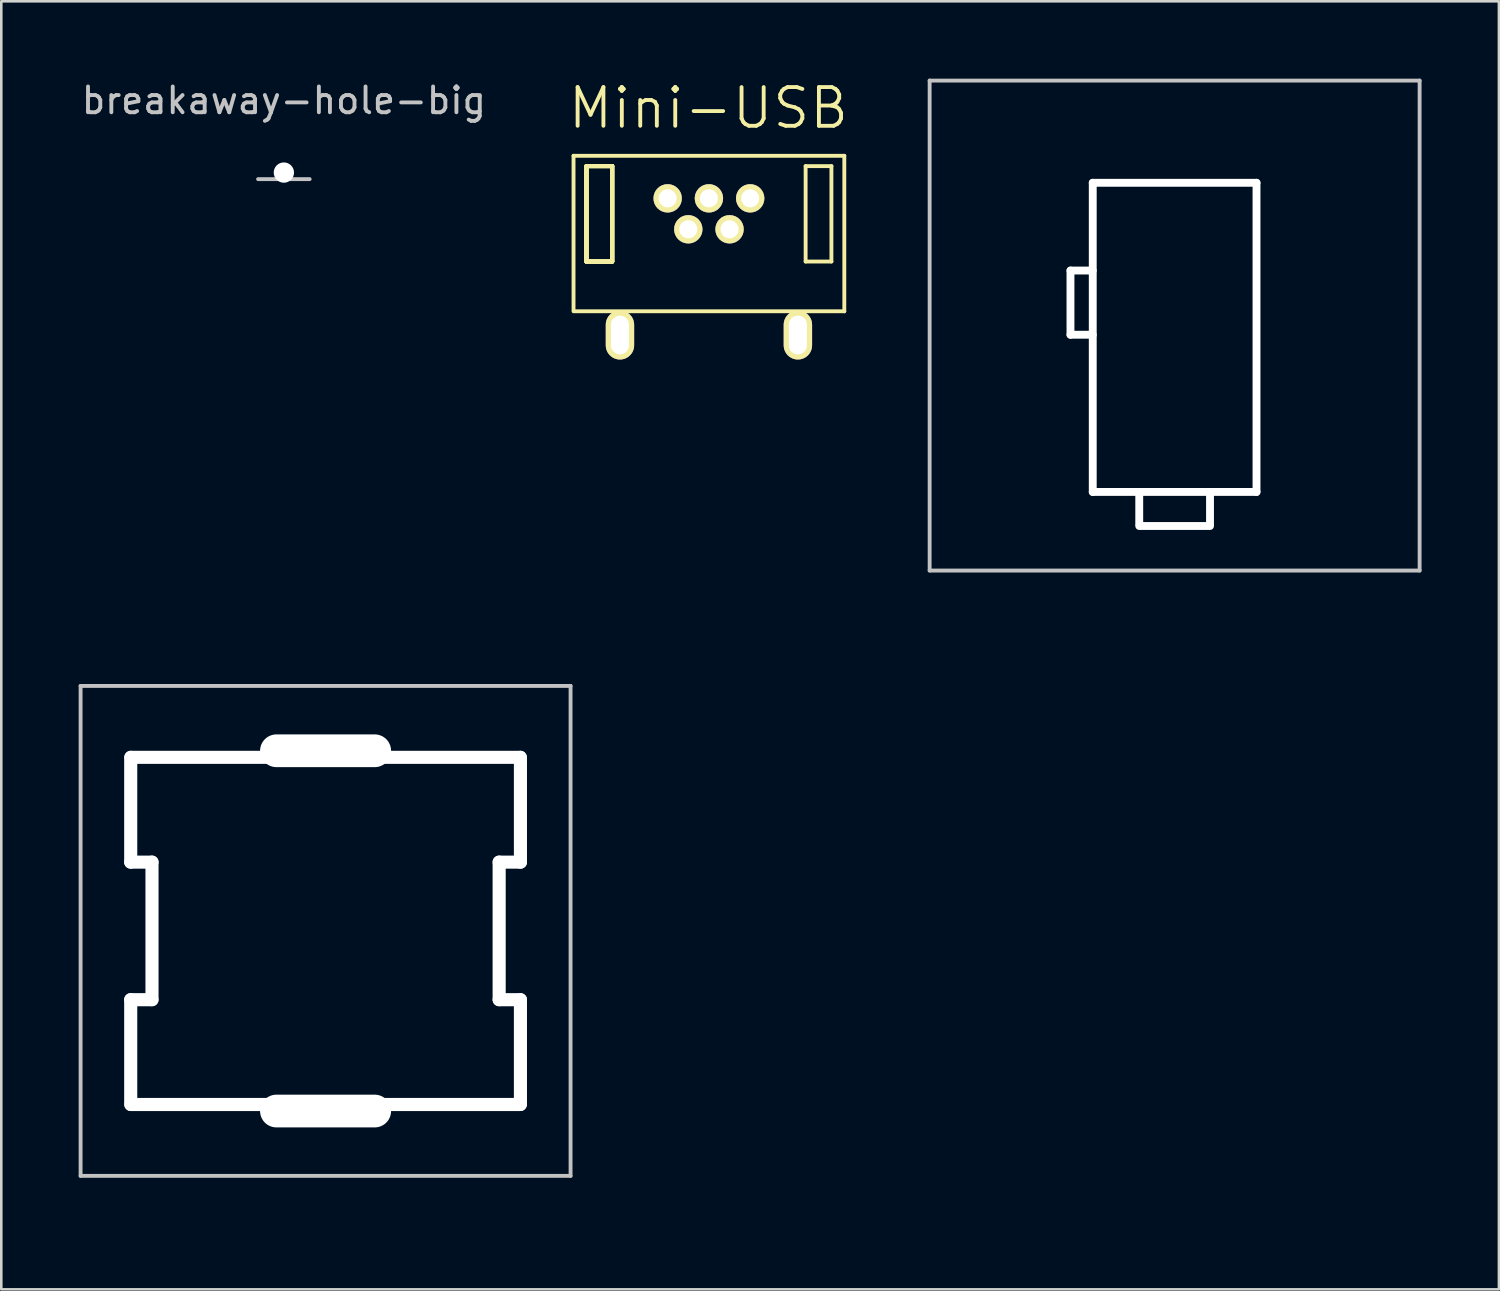
<source format=kicad_pcb>
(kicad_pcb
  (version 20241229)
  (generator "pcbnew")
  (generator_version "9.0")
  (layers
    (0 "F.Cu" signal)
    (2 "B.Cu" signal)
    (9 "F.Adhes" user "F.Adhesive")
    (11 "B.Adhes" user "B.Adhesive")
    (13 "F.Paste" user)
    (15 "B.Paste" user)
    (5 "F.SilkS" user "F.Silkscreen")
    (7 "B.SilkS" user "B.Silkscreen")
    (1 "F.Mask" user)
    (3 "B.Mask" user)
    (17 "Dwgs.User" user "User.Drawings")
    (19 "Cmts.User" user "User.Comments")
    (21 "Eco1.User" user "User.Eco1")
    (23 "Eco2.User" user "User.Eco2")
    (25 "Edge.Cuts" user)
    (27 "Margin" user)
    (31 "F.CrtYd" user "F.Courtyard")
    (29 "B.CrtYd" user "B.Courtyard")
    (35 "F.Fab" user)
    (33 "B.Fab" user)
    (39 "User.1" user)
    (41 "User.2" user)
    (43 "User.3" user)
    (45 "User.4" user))
  (footprint "breakaway-hole-big"
    (layer "F.Cu")
    (at 7.958 3.896)
    (property "Reference" "breakaway-hole-big" (at 0 -3.048 0) (layer "Dwgs.User") (effects (font (size 1 1) (thickness 0.15))))
    (attr through_hole)
    (fp_line (start -1 0) (end 1 0) (stroke (width 0.15) (type solid)) (layer "Dwgs.User"))
    (pad "" np_thru_hole circle (at 0 -0.254) (size 0.787 0.787) (drill 0.787) (layers "*.Cu" "*.Mask")))
  (footprint "Mini-USB"
    (layer "F.Cu")
    (at 24.44 5.241)
    (property "Reference" "Mini-USB" (at -0.02 -4.1 0) (layer "F.SilkS") (effects (font (size 1.5 1.5) (thickness 0.15))))
    (attr through_hole)
    (fp_line (start -5.25 -2.25) (end -5.25 3.73) (stroke (width 0.15) (type solid)) (layer "F.SilkS"))
    (fp_line (start -5.25 3.78) (end 5.25 3.78) (stroke (width 0.15) (type solid)) (layer "F.SilkS"))
    (fp_line (start -4.75 -1.85) (end -4.75 1.85) (stroke (width 0.15) (type solid)) (layer "F.SilkS"))
    (fp_line (start -4.75 -1.85) (end -4.75 1.85) (stroke (width 0.15) (type solid)) (layer "F.SilkS"))
    (fp_line (start -4.75 -1.85) (end -4.75 1.85) (stroke (width 0.15) (type solid)) (layer "F.SilkS"))
    (fp_line (start -4.75 -1.85) (end -4.75 1.85) (stroke (width 0.15) (type solid)) (layer "F.SilkS"))
    (fp_line (start -4.75 -1.85) (end -4.75 1.85) (stroke (width 0.15) (type solid)) (layer "F.SilkS"))
    (fp_line (start -4.75 -1.85) (end -4.75 1.85) (stroke (width 0.15) (type solid)) (layer "F.SilkS"))
    (fp_line (start -4.75 -1.85) (end -4.75 1.85) (stroke (width 0.15) (type solid)) (layer "F.SilkS"))
    (fp_line (start -4.75 -1.85) (end -4.75 1.85) (stroke (width 0.15) (type solid)) (layer "F.SilkS"))
    (fp_line (start -4.75 -1.85) (end -3.75 -1.85) (stroke (width 0.15) (type solid)) (layer "F.SilkS"))
    (fp_line (start -4.75 -1.85) (end -3.75 -1.85) (stroke (width 0.15) (type solid)) (layer "F.SilkS"))
    (fp_line (start -4.75 -1.85) (end -3.75 -1.85) (stroke (width 0.15) (type solid)) (layer "F.SilkS"))
    (fp_line (start -4.75 -1.85) (end -3.75 -1.85) (stroke (width 0.15) (type solid)) (layer "F.SilkS"))
    (fp_line (start -4.75 -1.85) (end -3.75 -1.85) (stroke (width 0.15) (type solid)) (layer "F.SilkS"))
    (fp_line (start -4.75 -1.85) (end -3.75 -1.85) (stroke (width 0.15) (type solid)) (layer "F.SilkS"))
    (fp_line (start -4.75 -1.85) (end -3.75 -1.85) (stroke (width 0.15) (type solid)) (layer "F.SilkS"))
    (fp_line (start -4.75 -1.85) (end -3.75 -1.85) (stroke (width 0.15) (type solid)) (layer "F.SilkS"))
    (fp_line (start -4.75 1.85) (end -3.75 1.85) (stroke (width 0.15) (type solid)) (layer "F.SilkS"))
    (fp_line (start -4.75 1.85) (end -3.75 1.85) (stroke (width 0.15) (type solid)) (layer "F.SilkS"))
    (fp_line (start -4.75 1.85) (end -3.75 1.85) (stroke (width 0.15) (type solid)) (layer "F.SilkS"))
    (fp_line (start -4.75 1.85) (end -3.75 1.85) (stroke (width 0.15) (type solid)) (layer "F.SilkS"))
    (fp_line (start -4.75 1.85) (end -3.75 1.85) (stroke (width 0.15) (type solid)) (layer "F.SilkS"))
    (fp_line (start -4.75 1.85) (end -3.75 1.85) (stroke (width 0.15) (type solid)) (layer "F.SilkS"))
    (fp_line (start -4.75 1.85) (end -3.75 1.85) (stroke (width 0.15) (type solid)) (layer "F.SilkS"))
    (fp_line (start -4.75 1.85) (end -3.75 1.85) (stroke (width 0.15) (type solid)) (layer "F.SilkS"))
    (fp_line (start -3.75 -1.85) (end -3.75 1.85) (stroke (width 0.15) (type solid)) (layer "F.SilkS"))
    (fp_line (start -3.75 -1.85) (end -3.75 1.85) (stroke (width 0.15) (type solid)) (layer "F.SilkS"))
    (fp_line (start -3.75 -1.85) (end -3.75 1.85) (stroke (width 0.15) (type solid)) (layer "F.SilkS"))
    (fp_line (start -3.75 -1.85) (end -3.75 1.85) (stroke (width 0.15) (type solid)) (layer "F.SilkS"))
    (fp_line (start -3.75 -1.85) (end -3.75 1.85) (stroke (width 0.15) (type solid)) (layer "F.SilkS"))
    (fp_line (start -3.75 -1.85) (end -3.75 1.85) (stroke (width 0.15) (type solid)) (layer "F.SilkS"))
    (fp_line (start -3.75 -1.85) (end -3.75 1.85) (stroke (width 0.15) (type solid)) (layer "F.SilkS"))
    (fp_line (start -3.75 -1.85) (end -3.75 1.85) (stroke (width 0.15) (type solid)) (layer "F.SilkS"))
    (fp_line (start 3.75 -1.85) (end 3.75 1.85) (stroke (width 0.15) (type solid)) (layer "F.SilkS"))
    (fp_line (start 3.75 -1.85) (end 4.75 -1.85) (stroke (width 0.15) (type solid)) (layer "F.SilkS"))
    (fp_line (start 3.75 1.85) (end 4.75 1.85) (stroke (width 0.15) (type solid)) (layer "F.SilkS"))
    (fp_line (start 4.75 -1.85) (end 4.75 1.85) (stroke (width 0.15) (type solid)) (layer "F.SilkS"))
    (fp_line (start 5.25 -2.25) (end -5.25 -2.25) (stroke (width 0.15) (type solid)) (layer "F.SilkS"))
    (fp_line (start 5.25 3.78) (end 5.25 -2.25) (stroke (width 0.15) (type solid)) (layer "F.SilkS"))
    (pad "1" thru_hole circle (at -1.6 -0.6) (size 1.1 1.1) (drill 0.7) (layers "*.Cu" "*.Mask" "F.SilkS"))
    (pad "2" thru_hole circle (at -0.8 0.6) (size 1.1 1.1) (drill 0.7) (layers "*.Cu" "*.Mask" "F.SilkS"))
    (pad "3" thru_hole circle (at 0 -0.6) (size 1.1 1.1) (drill 0.7) (layers "*.Cu" "*.Mask" "F.SilkS"))
    (pad "4" thru_hole circle (at 0.8 0.6) (size 1.1 1.1) (drill 0.7) (layers "*.Cu" "*.Mask" "F.SilkS"))
    (pad "5" thru_hole circle (at 1.6 -0.6) (size 1.1 1.1) (drill 0.7) (layers "*.Cu" "*.Mask" "F.SilkS"))
    (pad "6" thru_hole oval (at -3.45 4.7) (size 1.1 1.9) (drill oval 0.7 1.5) (layers "*.Cu" "*.Mask" "F.SilkS"))
    (pad "6" thru_hole oval (at 3.45 4.7) (size 1.1 1.9) (drill oval 0.7 1.5) (layers "*.Cu" "*.Mask" "F.SilkS")))
  (footprint "MX_Switch_Cutout"
    (layer "F.Cu")
    (at 9.575 33.048)
    (property "Reference" "MX_Switch_Cutout" (at 0.25 10.05 0) (layer "Eco2.User") (effects (font (size 1 1) (thickness 0.15))))
    (attr through_hole)
    (fp_line (start -9.5 -9.5) (end 9.5 -9.5) (stroke (width 0.15) (type solid)) (layer "Dwgs.User"))
    (fp_line (start -9.5 9.5) (end -9.5 -9.5) (stroke (width 0.15) (type solid)) (layer "Dwgs.User"))
    (fp_line (start 9.5 -9.5) (end 9.5 9.5) (stroke (width 0.15) (type solid)) (layer "Dwgs.User"))
    (fp_line (start 9.5 9.5) (end -9.5 9.5) (stroke (width 0.15) (type solid)) (layer "Dwgs.User"))
    (pad "" np_thru_hole oval (at -7.556 -4.699) (size 0.508 4.572) (drill oval 0.508 4.572) (layers "*.Cu" "*.Mask"))
    (pad "" np_thru_hole oval (at -7.556 4.699) (size 0.508 4.572) (drill oval 0.508 4.572) (layers "*.Cu" "*.Mask"))
    (pad "" np_thru_hole oval (at -7.144 -2.667) (size 1.333 0.508) (drill oval 1.333 0.508) (layers "*.Cu" "*.Mask"))
    (pad "" np_thru_hole oval (at -7.144 2.667) (size 1.333 0.508) (drill oval 1.333 0.508) (layers "*.Cu" "*.Mask"))
    (pad "" np_thru_hole oval (at -6.731 0) (size 0.508 5.842) (drill oval 0.508 5.842) (layers "*.Cu" "*.Mask"))
    (pad "" np_thru_hole oval (at 0 -6.985) (size 5.08 1.27) (drill oval 5.08 1.27) (layers "*.Cu" "*.Mask"))
    (pad "" np_thru_hole oval (at 0 -6.731) (size 15.596 0.508) (drill oval 15.596 0.508) (layers "*.Cu" "*.Mask"))
    (pad "" np_thru_hole oval (at 0 6.731) (size 15.596 0.508) (drill oval 15.596 0.508) (layers "*.Cu" "*.Mask"))
    (pad "" np_thru_hole oval (at 0 6.985) (size 5.08 1.27) (drill oval 5.08 1.27) (layers "*.Cu" "*.Mask"))
    (pad "" np_thru_hole oval (at 6.731 0) (size 0.508 5.842) (drill oval 0.508 5.842) (layers "*.Cu" "*.Mask"))
    (pad "" np_thru_hole oval (at 7.144 -2.667) (size 1.333 0.508) (drill oval 1.333 0.508) (layers "*.Cu" "*.Mask"))
    (pad "" np_thru_hole oval (at 7.144 2.667) (size 1.333 0.508) (drill oval 1.333 0.508) (layers "*.Cu" "*.Mask"))
    (pad "" np_thru_hole oval (at 7.556 -4.699) (size 0.508 4.572) (drill oval 0.508 4.572) (layers "*.Cu" "*.Mask"))
    (pad "" np_thru_hole oval (at 7.556 4.699) (size 0.508 4.572) (drill oval 0.508 4.572) (layers "*.Cu" "*.Mask")))
  (footprint "MX_Stabilizer_Cutout"
    (layer "F.Cu")
    (at 42.499 9.575)
    (property "Reference" "MX_Stabilizer_Cutout" (at 0.25 10.05 0) (layer "Eco2.User") (effects (font (size 1 1) (thickness 0.15))))
    (attr through_hole)
    (fp_line (start -9.5 -9.5) (end 9.5 -9.5) (stroke (width 0.15) (type solid)) (layer "Dwgs.User"))
    (fp_line (start -9.5 9.5) (end -9.5 -9.5) (stroke (width 0.15) (type solid)) (layer "Dwgs.User"))
    (fp_line (start 9.5 -9.5) (end 9.5 9.5) (stroke (width 0.15) (type solid)) (layer "Dwgs.User"))
    (fp_line (start 9.5 9.5) (end -9.5 9.5) (stroke (width 0.15) (type solid)) (layer "Dwgs.User"))
    (pad "" np_thru_hole oval (at -4.039 -0.889) (size 0.305 2.794) (drill oval 0.305 2.794) (layers "*.Cu" "*.Mask"))
    (pad "" np_thru_hole oval (at -3.607 -2.134) (size 1.168 0.305) (drill oval 1.168 0.305) (layers "*.Cu" "*.Mask"))
    (pad "" np_thru_hole oval (at -3.607 0.356) (size 1.168 0.305) (drill oval 1.168 0.305) (layers "*.Cu" "*.Mask"))
    (pad "" np_thru_hole oval (at -3.175 0.457) (size 0.305 12.294) (drill oval 0.305 12.294) (layers "*.Cu" "*.Mask"))
    (pad "" np_thru_hole oval (at -1.372 7.112) (size 0.305 1.473) (drill oval 0.305 1.473) (layers "*.Cu" "*.Mask"))
    (pad "" np_thru_hole oval (at 0 -5.537) (size 6.655 0.305) (drill oval 6.655 0.305) (layers "*.Cu" "*.Mask"))
    (pad "" np_thru_hole oval (at 0 6.452) (size 6.655 0.305) (drill oval 6.655 0.305) (layers "*.Cu" "*.Mask"))
    (pad "" np_thru_hole oval (at 0 7.772) (size 3.048 0.305) (drill oval 3.048 0.305) (layers "*.Cu" "*.Mask"))
    (pad "" np_thru_hole oval (at 1.372 7.112) (size 0.305 1.473) (drill oval 0.305 1.473) (layers "*.Cu" "*.Mask"))
    (pad "" np_thru_hole oval (at 3.175 0.457) (size 0.305 12.294) (drill oval 0.305 12.294) (layers "*.Cu" "*.Mask")))
  (gr_rect
    (start -3 -3)
    (end 55.074 46.947)
    (stroke (width 0.1) (type default))
    (fill no)
    (layer "Edge.Cuts")))
</source>
